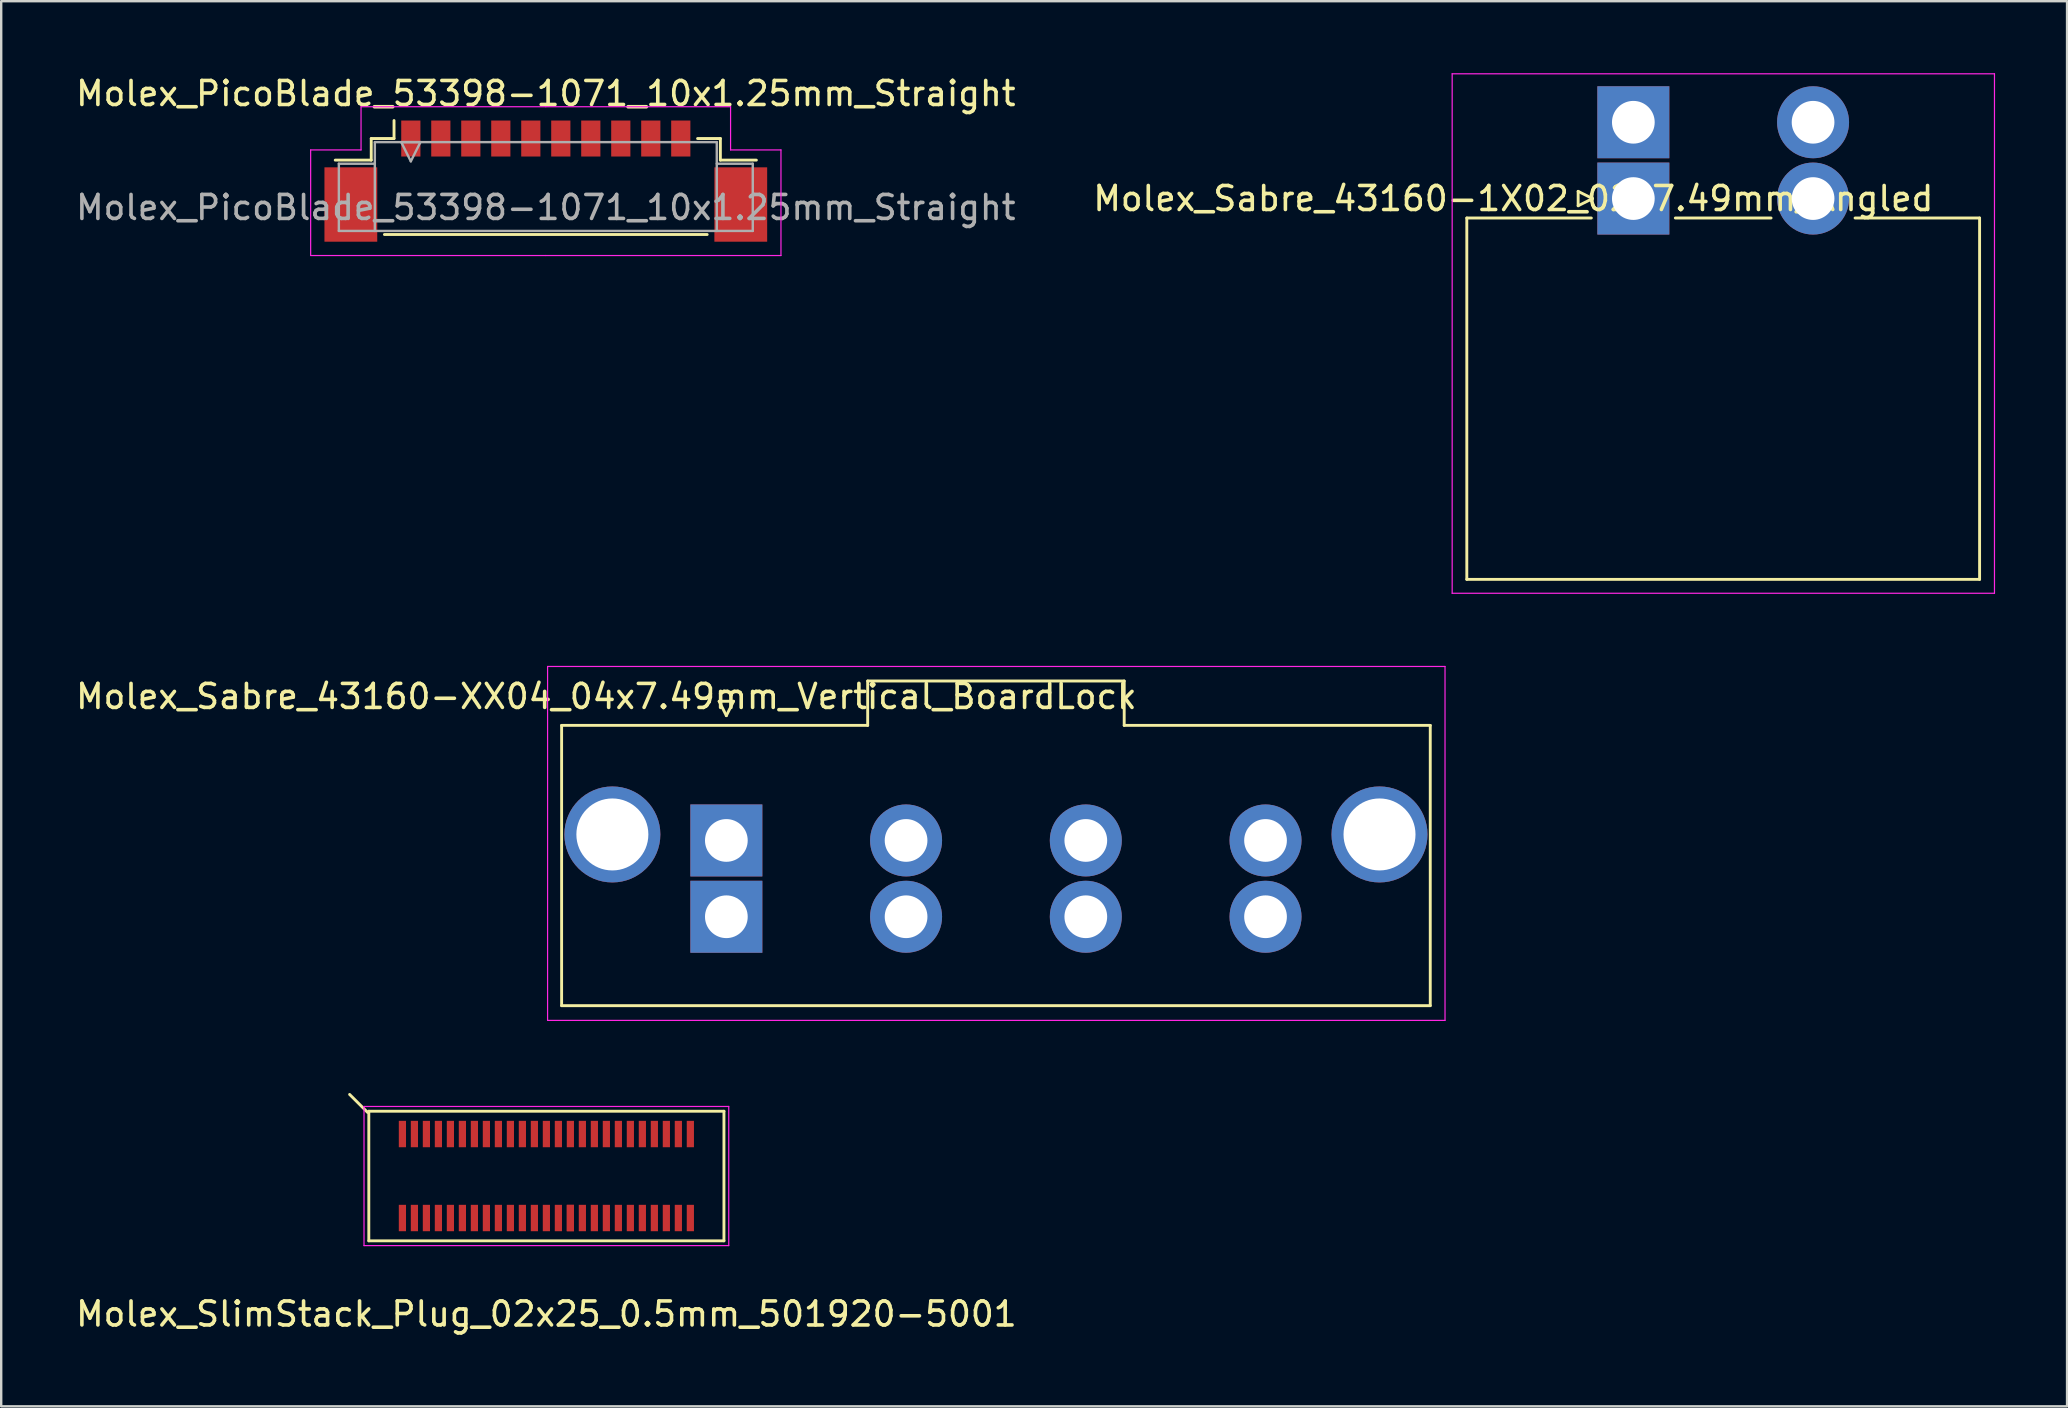
<source format=kicad_pcb>
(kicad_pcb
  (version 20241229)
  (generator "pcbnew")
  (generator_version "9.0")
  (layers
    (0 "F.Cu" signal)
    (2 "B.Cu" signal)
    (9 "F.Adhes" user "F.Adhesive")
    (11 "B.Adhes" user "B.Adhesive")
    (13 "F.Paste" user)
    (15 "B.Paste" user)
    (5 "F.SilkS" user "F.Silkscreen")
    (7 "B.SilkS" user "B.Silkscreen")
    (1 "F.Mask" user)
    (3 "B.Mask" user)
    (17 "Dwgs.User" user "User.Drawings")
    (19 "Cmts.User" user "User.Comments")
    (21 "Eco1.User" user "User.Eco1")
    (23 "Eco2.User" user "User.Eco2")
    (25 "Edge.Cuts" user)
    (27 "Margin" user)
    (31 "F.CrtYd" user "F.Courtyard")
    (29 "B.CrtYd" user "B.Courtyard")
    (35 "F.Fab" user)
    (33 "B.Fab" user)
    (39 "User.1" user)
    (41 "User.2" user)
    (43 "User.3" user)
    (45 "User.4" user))
  (footprint "Molex_PicoBlade_53398-1071_10x1.25mm_Straight"
    (layer "F.Cu")
    (at 19.696 4.098)
    (property "Reference" "Molex_PicoBlade_53398-1071_10x1.25mm_Straight" (at 0 -3.25 0) (layer "F.SilkS") (effects (font (size 1 1) (thickness 0.15))))
    (attr smd)
    (fp_line (start -7.275 -1.375) (end -7.275 -0.475) (stroke (width 0.12) (type solid)) (layer "F.SilkS"))
    (fp_line (start -7.275 -0.475) (end -8.775 -0.475) (stroke (width 0.12) (type solid)) (layer "F.SilkS"))
    (fp_line (start -6.725 2.625) (end 6.725 2.625) (stroke (width 0.12) (type solid)) (layer "F.SilkS"))
    (fp_line (start -6.325 -1.375) (end -7.275 -1.375) (stroke (width 0.12) (type solid)) (layer "F.SilkS"))
    (fp_line (start -6.325 -1.375) (end -6.325 -2.125) (stroke (width 0.12) (type solid)) (layer "F.SilkS"))
    (fp_line (start 6.325 -1.375) (end 7.275 -1.375) (stroke (width 0.12) (type solid)) (layer "F.SilkS"))
    (fp_line (start 7.275 -1.375) (end 7.275 -0.475) (stroke (width 0.12) (type solid)) (layer "F.SilkS"))
    (fp_line (start 7.275 -0.475) (end 8.775 -0.475) (stroke (width 0.12) (type solid)) (layer "F.SilkS"))
    (fp_line (start -9.8 -0.9) (end -9.8 3.5) (stroke (width 0.05) (type solid)) (layer "F.CrtYd"))
    (fp_line (start -9.8 3.5) (end 0 3.5) (stroke (width 0.05) (type solid)) (layer "F.CrtYd"))
    (fp_line (start -7.7 -2.7) (end -7.7 -0.9) (stroke (width 0.05) (type solid)) (layer "F.CrtYd"))
    (fp_line (start -7.7 -0.9) (end -9.8 -0.9) (stroke (width 0.05) (type solid)) (layer "F.CrtYd"))
    (fp_line (start 0 -2.7) (end -7.7 -2.7) (stroke (width 0.05) (type solid)) (layer "F.CrtYd"))
    (fp_line (start 0 -2.7) (end 7.7 -2.7) (stroke (width 0.05) (type solid)) (layer "F.CrtYd"))
    (fp_line (start 7.7 -2.7) (end 7.7 -0.9) (stroke (width 0.05) (type solid)) (layer "F.CrtYd"))
    (fp_line (start 7.7 -0.9) (end 9.8 -0.9) (stroke (width 0.05) (type solid)) (layer "F.CrtYd"))
    (fp_line (start 9.8 -0.9) (end 9.8 3.5) (stroke (width 0.05) (type solid)) (layer "F.CrtYd"))
    (fp_line (start 9.8 3.5) (end 0 3.5) (stroke (width 0.05) (type solid)) (layer "F.CrtYd"))
    (fp_line (start -8.625 -0.325) (end -7.125 -0.325) (stroke (width 0.1) (type solid)) (layer "F.Fab"))
    (fp_line (start -8.625 2.475) (end -8.625 -0.325) (stroke (width 0.1) (type solid)) (layer "F.Fab"))
    (fp_line (start -7.125 -1.225) (end -7.125 2.475) (stroke (width 0.1) (type solid)) (layer "F.Fab"))
    (fp_line (start -7.125 2.475) (end -8.625 2.475) (stroke (width 0.1) (type solid)) (layer "F.Fab"))
    (fp_line (start -7.125 2.475) (end 7.125 2.475) (stroke (width 0.1) (type solid)) (layer "F.Fab"))
    (fp_line (start -6.025 -1.225) (end -5.625 -0.425) (stroke (width 0.1) (type solid)) (layer "F.Fab"))
    (fp_line (start -5.625 -0.425) (end -5.225 -1.225) (stroke (width 0.1) (type solid)) (layer "F.Fab"))
    (fp_line (start -5.225 -1.225) (end -6.025 -1.225) (stroke (width 0.1) (type solid)) (layer "F.Fab"))
    (fp_line (start 7.125 -1.225) (end -7.125 -1.225) (stroke (width 0.1) (type solid)) (layer "F.Fab"))
    (fp_line (start 7.125 2.475) (end 7.125 -1.225) (stroke (width 0.1) (type solid)) (layer "F.Fab"))
    (fp_line (start 7.125 2.475) (end 8.625 2.475) (stroke (width 0.1) (type solid)) (layer "F.Fab"))
    (fp_line (start 8.625 -0.325) (end 7.125 -0.325) (stroke (width 0.1) (type solid)) (layer "F.Fab"))
    (fp_line (start 8.625 2.475) (end 8.625 -0.325) (stroke (width 0.1) (type solid)) (layer "F.Fab"))
    (fp_text user "${REFERENCE}" (at 0 1.5 0) (layer "F.Fab") (effects (font (size 1 1) (thickness 0.15))))
    (pad "" smd rect (at -8.125 1.375) (size 2.2 3.1) (layers "F.Cu" "F.Mask" "F.Paste"))
    (pad "" smd rect (at 8.125 1.375) (size 2.2 3.1) (layers "F.Cu" "F.Mask" "F.Paste"))
    (pad "1" smd rect (at -5.625 -1.375) (size 0.8 1.5) (layers "F.Cu" "F.Mask" "F.Paste"))
    (pad "2" smd rect (at -4.375 -1.375) (size 0.8 1.5) (layers "F.Cu" "F.Mask" "F.Paste"))
    (pad "3" smd rect (at -3.125 -1.375) (size 0.8 1.5) (layers "F.Cu" "F.Mask" "F.Paste"))
    (pad "4" smd rect (at -1.875 -1.375) (size 0.8 1.5) (layers "F.Cu" "F.Mask" "F.Paste"))
    (pad "5" smd rect (at -0.625 -1.375) (size 0.8 1.5) (layers "F.Cu" "F.Mask" "F.Paste"))
    (pad "6" smd rect (at 0.625 -1.375) (size 0.8 1.5) (layers "F.Cu" "F.Mask" "F.Paste"))
    (pad "7" smd rect (at 1.875 -1.375) (size 0.8 1.5) (layers "F.Cu" "F.Mask" "F.Paste"))
    (pad "8" smd rect (at 3.125 -1.375) (size 0.8 1.5) (layers "F.Cu" "F.Mask" "F.Paste"))
    (pad "9" smd rect (at 4.375 -1.375) (size 0.8 1.5) (layers "F.Cu" "F.Mask" "F.Paste"))
    (pad "10" smd rect (at 5.625 -1.375) (size 0.8 1.5) (layers "F.Cu" "F.Mask" "F.Paste")))
  (footprint "Molex_SlimStack_Plug_02x25_0.5mm_501920-5001"
    (layer "F.Cu")
    (at 19.72 45.96)
    (property "Reference" "Molex_SlimStack_Plug_02x25_0.5mm_501920-5001" (at 0 5.75 0) (layer "F.SilkS") (effects (font (size 1 1) (thickness 0.15))))
    (attr smd)
    (fp_line (start -7.45 -2.65) (end -8.2 -3.4) (stroke (width 0.12) (type solid)) (layer "F.SilkS"))
    (fp_line (start -7.4 -2.7) (end -7.4 2.7) (stroke (width 0.12) (type solid)) (layer "F.SilkS"))
    (fp_line (start -7.4 2.7) (end 7.4 2.7) (stroke (width 0.12) (type solid)) (layer "F.SilkS"))
    (fp_line (start 7.4 -2.7) (end -7.4 -2.7) (stroke (width 0.12) (type solid)) (layer "F.SilkS"))
    (fp_line (start 7.4 2.7) (end 7.4 -2.7) (stroke (width 0.12) (type solid)) (layer "F.SilkS"))
    (fp_line (start -7.6 -2.9) (end -7.6 2.9) (stroke (width 0.05) (type solid)) (layer "F.CrtYd"))
    (fp_line (start -7.6 2.9) (end 7.6 2.9) (stroke (width 0.05) (type solid)) (layer "F.CrtYd"))
    (fp_line (start 7.6 -2.9) (end -7.6 -2.9) (stroke (width 0.05) (type solid)) (layer "F.CrtYd"))
    (fp_line (start 7.6 2.9) (end 7.6 -2.9) (stroke (width 0.05) (type solid)) (layer "F.CrtYd"))
    (pad "1" smd rect (at -6 -1.75) (size 0.3 1.1) (layers "F.Cu" "F.Mask" "F.Paste"))
    (pad "2" smd rect (at -6 1.75) (size 0.3 1.1) (layers "F.Cu" "F.Mask" "F.Paste"))
    (pad "3" smd rect (at -5.5 -1.75) (size 0.3 1.1) (layers "F.Cu" "F.Mask" "F.Paste"))
    (pad "4" smd rect (at -5.5 1.75) (size 0.3 1.1) (layers "F.Cu" "F.Mask" "F.Paste"))
    (pad "5" smd rect (at -5 -1.75) (size 0.3 1.1) (layers "F.Cu" "F.Mask" "F.Paste"))
    (pad "6" smd rect (at -5 1.75) (size 0.3 1.1) (layers "F.Cu" "F.Mask" "F.Paste"))
    (pad "7" smd rect (at -4.5 -1.75) (size 0.3 1.1) (layers "F.Cu" "F.Mask" "F.Paste"))
    (pad "8" smd rect (at -4.5 1.75) (size 0.3 1.1) (layers "F.Cu" "F.Mask" "F.Paste"))
    (pad "9" smd rect (at -4 -1.75) (size 0.3 1.1) (layers "F.Cu" "F.Mask" "F.Paste"))
    (pad "10" smd rect (at -4 1.75) (size 0.3 1.1) (layers "F.Cu" "F.Mask" "F.Paste"))
    (pad "11" smd rect (at -3.5 -1.75) (size 0.3 1.1) (layers "F.Cu" "F.Mask" "F.Paste"))
    (pad "12" smd rect (at -3.5 1.75) (size 0.3 1.1) (layers "F.Cu" "F.Mask" "F.Paste"))
    (pad "13" smd rect (at -3 -1.75) (size 0.3 1.1) (layers "F.Cu" "F.Mask" "F.Paste"))
    (pad "14" smd rect (at -3 1.75) (size 0.3 1.1) (layers "F.Cu" "F.Mask" "F.Paste"))
    (pad "15" smd rect (at -2.5 -1.75) (size 0.3 1.1) (layers "F.Cu" "F.Mask" "F.Paste"))
    (pad "16" smd rect (at -2.5 1.75) (size 0.3 1.1) (layers "F.Cu" "F.Mask" "F.Paste"))
    (pad "17" smd rect (at -2 -1.75) (size 0.3 1.1) (layers "F.Cu" "F.Mask" "F.Paste"))
    (pad "18" smd rect (at -2 1.75) (size 0.3 1.1) (layers "F.Cu" "F.Mask" "F.Paste"))
    (pad "19" smd rect (at -1.5 -1.75) (size 0.3 1.1) (layers "F.Cu" "F.Mask" "F.Paste"))
    (pad "20" smd rect (at -1.5 1.75) (size 0.3 1.1) (layers "F.Cu" "F.Mask" "F.Paste"))
    (pad "21" smd rect (at -1 -1.75) (size 0.3 1.1) (layers "F.Cu" "F.Mask" "F.Paste"))
    (pad "22" smd rect (at -1 1.75) (size 0.3 1.1) (layers "F.Cu" "F.Mask" "F.Paste"))
    (pad "23" smd rect (at -0.5 -1.75) (size 0.3 1.1) (layers "F.Cu" "F.Mask" "F.Paste"))
    (pad "24" smd rect (at -0.5 1.75) (size 0.3 1.1) (layers "F.Cu" "F.Mask" "F.Paste"))
    (pad "25" smd rect (at 0 -1.75) (size 0.3 1.1) (layers "F.Cu" "F.Mask" "F.Paste"))
    (pad "26" smd rect (at 0 1.75) (size 0.3 1.1) (layers "F.Cu" "F.Mask" "F.Paste"))
    (pad "27" smd rect (at 0.5 -1.75) (size 0.3 1.1) (layers "F.Cu" "F.Mask" "F.Paste"))
    (pad "28" smd rect (at 0.5 1.75) (size 0.3 1.1) (layers "F.Cu" "F.Mask" "F.Paste"))
    (pad "29" smd rect (at 1 -1.75) (size 0.3 1.1) (layers "F.Cu" "F.Mask" "F.Paste"))
    (pad "30" smd rect (at 1 1.75) (size 0.3 1.1) (layers "F.Cu" "F.Mask" "F.Paste"))
    (pad "30" smd rect (at 1 1.75) (size 0.3 1.1) (layers "F.Cu" "F.Mask" "F.Paste"))
    (pad "31" smd rect (at 1.5 -1.75) (size 0.3 1.1) (layers "F.Cu" "F.Mask" "F.Paste"))
    (pad "32" smd rect (at 1.5 1.75) (size 0.3 1.1) (layers "F.Cu" "F.Mask" "F.Paste"))
    (pad "33" smd rect (at 2 -1.75) (size 0.3 1.1) (layers "F.Cu" "F.Mask" "F.Paste"))
    (pad "34" smd rect (at 2 1.75) (size 0.3 1.1) (layers "F.Cu" "F.Mask" "F.Paste"))
    (pad "35" smd rect (at 2.5 -1.75) (size 0.3 1.1) (layers "F.Cu" "F.Mask" "F.Paste"))
    (pad "36" smd rect (at 2.5 1.75) (size 0.3 1.1) (layers "F.Cu" "F.Mask" "F.Paste"))
    (pad "37" smd rect (at 3 -1.75) (size 0.3 1.1) (layers "F.Cu" "F.Mask" "F.Paste"))
    (pad "38" smd rect (at 3 1.75) (size 0.3 1.1) (layers "F.Cu" "F.Mask" "F.Paste"))
    (pad "39" smd rect (at 3.5 -1.75) (size 0.3 1.1) (layers "F.Cu" "F.Mask" "F.Paste"))
    (pad "40" smd rect (at 3.5 1.75) (size 0.3 1.1) (layers "F.Cu" "F.Mask" "F.Paste"))
    (pad "41" smd rect (at 4 -1.75) (size 0.3 1.1) (layers "F.Cu" "F.Mask" "F.Paste"))
    (pad "42" smd rect (at 4 1.75) (size 0.3 1.1) (layers "F.Cu" "F.Mask" "F.Paste"))
    (pad "43" smd rect (at 4.5 -1.75) (size 0.3 1.1) (layers "F.Cu" "F.Mask" "F.Paste"))
    (pad "44" smd rect (at 4.5 1.75) (size 0.3 1.1) (layers "F.Cu" "F.Mask" "F.Paste"))
    (pad "45" smd rect (at 5 -1.75) (size 0.3 1.1) (layers "F.Cu" "F.Mask" "F.Paste"))
    (pad "46" smd rect (at 5 1.75) (size 0.3 1.1) (layers "F.Cu" "F.Mask" "F.Paste"))
    (pad "47" smd rect (at 5.5 -1.75) (size 0.3 1.1) (layers "F.Cu" "F.Mask" "F.Paste"))
    (pad "48" smd rect (at 5.5 1.75) (size 0.3 1.1) (layers "F.Cu" "F.Mask" "F.Paste"))
    (pad "49" smd rect (at 6 -1.75) (size 0.3 1.1) (layers "F.Cu" "F.Mask" "F.Paste"))
    (pad "50" smd rect (at 6 1.75) (size 0.3 1.1) (layers "F.Cu" "F.Mask" "F.Paste")))
  (footprint "Molex_Sabre_43160-XX04_04x7.49mm_Vertical_BoardLock"
    (layer "F.Cu")
    (at 27.22 31.975)
    (property "Reference" "Molex_Sabre_43160-XX04_04x7.49mm_Vertical_BoardLock" (at -5 -6 0) (layer "F.SilkS") (effects (font (size 1 1) (thickness 0.15))))
    (attr through_hole)
    (fp_line (start -6.865 -4.795) (end 5.89 -4.795) (stroke (width 0.12) (type solid)) (layer "F.SilkS"))
    (fp_line (start -6.865 6.885) (end -6.865 -4.795) (stroke (width 0.12) (type solid)) (layer "F.SilkS"))
    (fp_line (start -0.3 -5.8) (end 0 -5.2) (stroke (width 0.12) (type solid)) (layer "F.SilkS"))
    (fp_line (start 0 -5.2) (end 0.3 -5.8) (stroke (width 0.12) (type solid)) (layer "F.SilkS"))
    (fp_line (start 0.3 -5.8) (end -0.3 -5.8) (stroke (width 0.12) (type solid)) (layer "F.SilkS"))
    (fp_line (start 5.89 -6.645) (end 16.58 -6.645) (stroke (width 0.12) (type solid)) (layer "F.SilkS"))
    (fp_line (start 5.89 -4.795) (end 5.89 -6.645) (stroke (width 0.12) (type solid)) (layer "F.SilkS"))
    (fp_line (start 16.58 -6.645) (end 16.58 -4.795) (stroke (width 0.12) (type solid)) (layer "F.SilkS"))
    (fp_line (start 16.58 -4.795) (end 29.335 -4.795) (stroke (width 0.12) (type solid)) (layer "F.SilkS"))
    (fp_line (start 29.335 -4.795) (end 29.335 6.885) (stroke (width 0.12) (type solid)) (layer "F.SilkS"))
    (fp_line (start 29.335 6.885) (end -6.865 6.885) (stroke (width 0.12) (type solid)) (layer "F.SilkS"))
    (fp_line (start -7.45 -7.25) (end -7.45 7.5) (stroke (width 0.05) (type solid)) (layer "F.CrtYd"))
    (fp_line (start -7.45 7.5) (end 29.95 7.5) (stroke (width 0.05) (type solid)) (layer "F.CrtYd"))
    (fp_line (start 29.95 -7.25) (end -7.45 -7.25) (stroke (width 0.05) (type solid)) (layer "F.CrtYd"))
    (fp_line (start 29.95 7.5) (end 29.95 -7.25) (stroke (width 0.05) (type solid)) (layer "F.CrtYd"))
    (pad "" thru_hole circle (at -4.75 -0.25) (size 4 4) (drill 3) (layers "*.Cu" "*.Mask"))
    (pad "" thru_hole circle (at 27.22 -0.25) (size 4 4) (drill 3) (layers "*.Cu" "*.Mask"))
    (pad "1" thru_hole rect (at 0 0) (size 3 3) (drill 1.78) (layers "*.Cu" "*.Mask"))
    (pad "1" thru_hole rect (at 0 3.18) (size 3 3) (drill 1.78) (layers "*.Cu" "*.Mask"))
    (pad "2" thru_hole circle (at 7.49 0) (size 3 3) (drill 1.78) (layers "*.Cu" "*.Mask"))
    (pad "2" thru_hole circle (at 7.49 3.18) (size 3 3) (drill 1.78) (layers "*.Cu" "*.Mask"))
    (pad "3" thru_hole circle (at 14.98 0) (size 3 3) (drill 1.78) (layers "*.Cu" "*.Mask"))
    (pad "3" thru_hole circle (at 14.98 3.18) (size 3 3) (drill 1.78) (layers "*.Cu" "*.Mask"))
    (pad "4" thru_hole circle (at 22.47 0) (size 3 3) (drill 1.78) (layers "*.Cu" "*.Mask"))
    (pad "4" thru_hole circle (at 22.47 3.18) (size 3 3) (drill 1.78) (layers "*.Cu" "*.Mask")))
  (footprint "Molex_Sabre_43160-1X02_02x7.49mm_Angled"
    (layer "F.Cu")
    (at 65.018 5.225)
    (property "Reference" "Molex_Sabre_43160-1X02_02x7.49mm_Angled" (at -5 0 0) (layer "F.SilkS") (effects (font (size 1 1) (thickness 0.15))))
    (attr through_hole)
    (fp_line (start -6.94 0.81) (end -6.94 15.87) (stroke (width 0.12) (type solid)) (layer "F.SilkS"))
    (fp_line (start -6.94 0.81) (end -1.75 0.81) (stroke (width 0.12) (type solid)) (layer "F.SilkS"))
    (fp_line (start -6.94 15.87) (end 14.43 15.87) (stroke (width 0.12) (type solid)) (layer "F.SilkS"))
    (fp_line (start -2.3 -0.3) (end -1.7 0) (stroke (width 0.12) (type solid)) (layer "F.SilkS"))
    (fp_line (start -2.3 0.3) (end -2.3 -0.3) (stroke (width 0.12) (type solid)) (layer "F.SilkS"))
    (fp_line (start -1.7 0) (end -2.3 0.3) (stroke (width 0.12) (type solid)) (layer "F.SilkS"))
    (fp_line (start 1.75 0.81) (end 5.74 0.81) (stroke (width 0.12) (type solid)) (layer "F.SilkS"))
    (fp_line (start 9.24 0.81) (end 14.43 0.81) (stroke (width 0.12) (type solid)) (layer "F.SilkS"))
    (fp_line (start 14.43 15.87) (end 14.43 0.81) (stroke (width 0.12) (type solid)) (layer "F.SilkS"))
    (fp_line (start -7.55 -5.2) (end -7.55 16.45) (stroke (width 0.05) (type solid)) (layer "F.CrtYd"))
    (fp_line (start -7.55 16.45) (end 15.05 16.45) (stroke (width 0.05) (type solid)) (layer "F.CrtYd"))
    (fp_line (start 15.05 -5.2) (end -7.55 -5.2) (stroke (width 0.05) (type solid)) (layer "F.CrtYd"))
    (fp_line (start 15.05 16.45) (end 15.05 -5.2) (stroke (width 0.05) (type solid)) (layer "F.CrtYd"))
    (pad "1" thru_hole rect (at 0 -3.18) (size 3 3) (drill 1.78) (layers "*.Cu" "*.Mask"))
    (pad "1" thru_hole rect (at 0 0) (size 3 3) (drill 1.78) (layers "*.Cu" "*.Mask"))
    (pad "2" thru_hole circle (at 7.49 -3.18) (size 3 3) (drill 1.78) (layers "*.Cu" "*.Mask"))
    (pad "2" thru_hole circle (at 7.49 0) (size 3 3) (drill 1.78) (layers "*.Cu" "*.Mask")))
  (gr_rect
    (start -3 -3)
    (end 83.093 55.558)
    (stroke (width 0.1) (type default))
    (fill no)
    (layer "Edge.Cuts")))
</source>
